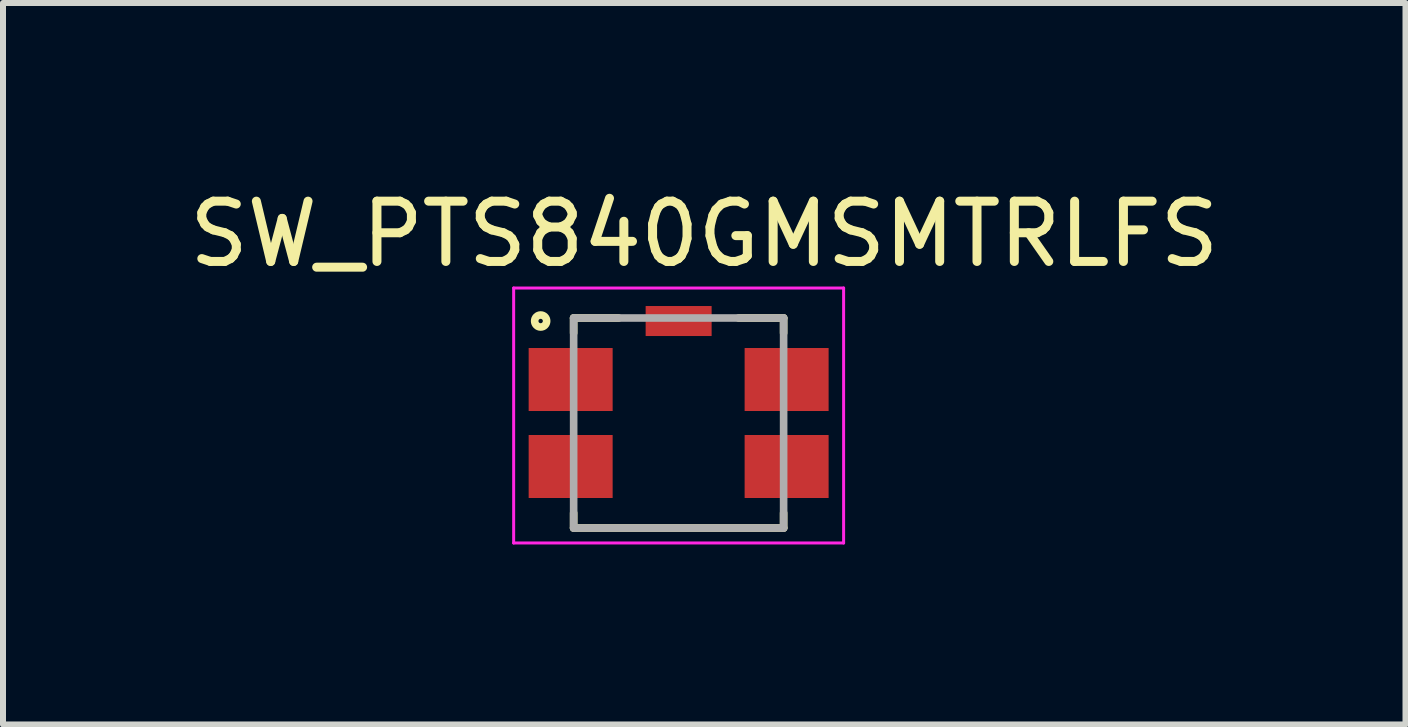
<source format=kicad_pcb>
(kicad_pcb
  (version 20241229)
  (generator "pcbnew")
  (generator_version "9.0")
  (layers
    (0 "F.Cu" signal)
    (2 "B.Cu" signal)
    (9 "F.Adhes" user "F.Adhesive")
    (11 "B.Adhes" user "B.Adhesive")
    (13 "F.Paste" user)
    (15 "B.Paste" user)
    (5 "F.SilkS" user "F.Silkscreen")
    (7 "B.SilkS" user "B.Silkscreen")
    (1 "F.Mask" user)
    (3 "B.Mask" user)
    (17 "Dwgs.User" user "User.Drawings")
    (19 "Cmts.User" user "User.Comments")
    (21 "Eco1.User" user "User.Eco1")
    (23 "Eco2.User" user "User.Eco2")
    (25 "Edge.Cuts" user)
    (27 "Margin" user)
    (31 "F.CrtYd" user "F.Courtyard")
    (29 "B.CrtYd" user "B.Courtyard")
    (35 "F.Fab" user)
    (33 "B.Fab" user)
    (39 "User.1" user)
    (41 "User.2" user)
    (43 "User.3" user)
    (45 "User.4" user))
  (footprint "SW_PTS840GMSMTRLFS"
    (layer "F.Cu")
    (at 8.262 4.001)
    (property "Reference" "SW_PTS840GMSMTRLFS" (at 0.427 -3.15 0) (layer "F.SilkS") (effects (font (size 1.005 1.005) (thickness 0.15))))
    (attr smd)
    (fp_line (start -1.75 -1.75) (end -1.75 -1.5) (stroke (width 0.127) (type solid)) (layer "F.SilkS"))
    (fp_line (start -1.75 1.5) (end -1.75 1.75) (stroke (width 0.127) (type solid)) (layer "F.SilkS"))
    (fp_line (start -1.75 1.75) (end 1.75 1.75) (stroke (width 0.127) (type solid)) (layer "F.SilkS"))
    (fp_line (start -1 -1.75) (end -1.75 -1.75) (stroke (width 0.127) (type solid)) (layer "F.SilkS"))
    (fp_line (start 1 -1.75) (end 1.75 -1.75) (stroke (width 0.127) (type solid)) (layer "F.SilkS"))
    (fp_line (start 1.75 -1.75) (end 1.75 -1.5) (stroke (width 0.127) (type solid)) (layer "F.SilkS"))
    (fp_line (start 1.75 1.75) (end 1.75 1.5) (stroke (width 0.127) (type solid)) (layer "F.SilkS"))
    (fp_circle (center -2.3 -1.7) (end -2.2 -1.7) (stroke (width 0.127) (type solid)) (fill no) (layer "F.SilkS"))
    (fp_line (start -2.75 -2.25) (end 2.75 -2.25) (stroke (width 0.05) (type solid)) (layer "F.CrtYd"))
    (fp_line (start -2.75 2) (end -2.75 -2.25) (stroke (width 0.05) (type solid)) (layer "F.CrtYd"))
    (fp_line (start 2.75 -2.25) (end 2.75 2) (stroke (width 0.05) (type solid)) (layer "F.CrtYd"))
    (fp_line (start 2.75 2) (end -2.75 2) (stroke (width 0.05) (type solid)) (layer "F.CrtYd"))
    (fp_line (start -1.75 -1.75) (end 1.75 -1.75) (stroke (width 0.127) (type solid)) (layer "F.Fab"))
    (fp_line (start -1.75 1.75) (end -1.75 -1.75) (stroke (width 0.127) (type solid)) (layer "F.Fab"))
    (fp_line (start 1.75 -1.75) (end 1.75 1.75) (stroke (width 0.127) (type solid)) (layer "F.Fab"))
    (fp_line (start 1.75 1.75) (end -1.75 1.75) (stroke (width 0.127) (type solid)) (layer "F.Fab"))
    (pad "1" smd rect (at -1.8 -0.725) (size 1.4 1.05) (layers "F.Cu" "F.Mask" "F.Paste"))
    (pad "2" smd rect (at 1.8 -0.725) (size 1.4 1.05) (layers "F.Cu" "F.Mask" "F.Paste"))
    (pad "3" smd rect (at -1.8 0.725) (size 1.4 1.05) (layers "F.Cu" "F.Mask" "F.Paste"))
    (pad "4" smd rect (at 1.8 0.725) (size 1.4 1.05) (layers "F.Cu" "F.Mask" "F.Paste"))
    (pad "5" smd rect (at 0 -1.7) (size 1.1 0.5) (layers "F.Cu" "F.Mask" "F.Paste")))
  (gr_rect
    (start -3 -3)
    (end 20.378 9.026)
    (stroke (width 0.1) (type default))
    (fill no)
    (layer "Edge.Cuts")))
</source>
